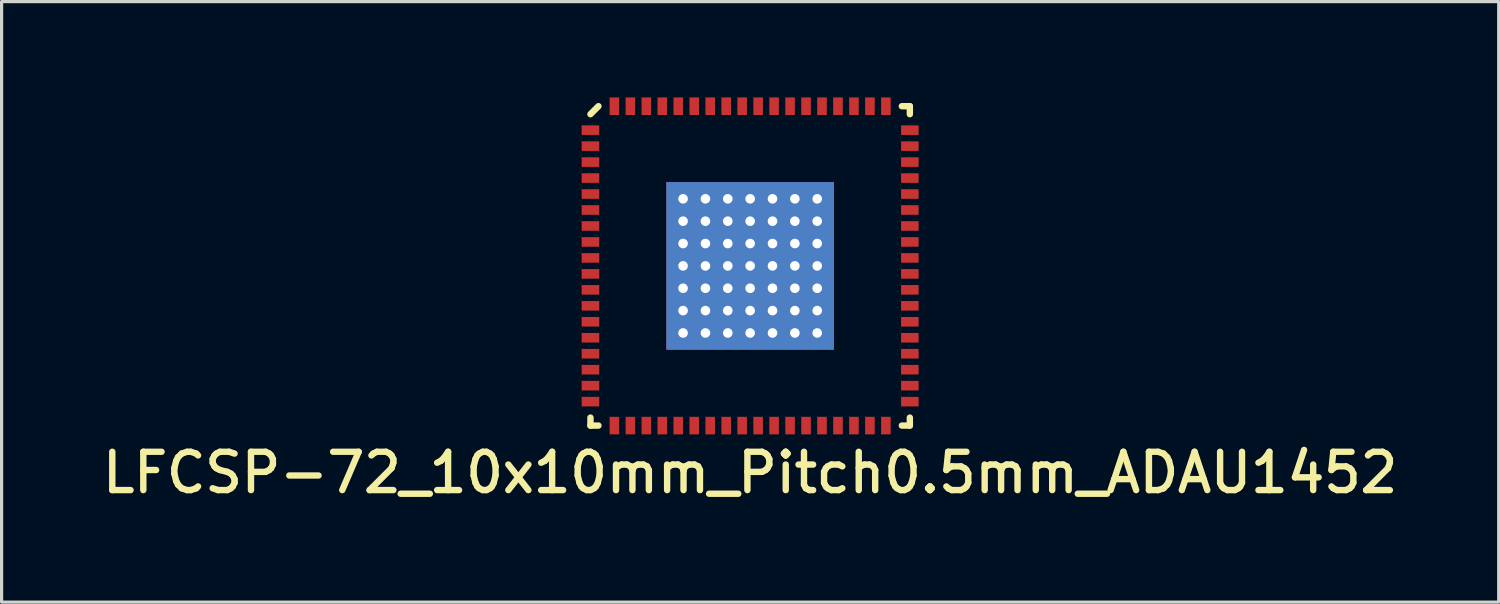
<source format=kicad_pcb>
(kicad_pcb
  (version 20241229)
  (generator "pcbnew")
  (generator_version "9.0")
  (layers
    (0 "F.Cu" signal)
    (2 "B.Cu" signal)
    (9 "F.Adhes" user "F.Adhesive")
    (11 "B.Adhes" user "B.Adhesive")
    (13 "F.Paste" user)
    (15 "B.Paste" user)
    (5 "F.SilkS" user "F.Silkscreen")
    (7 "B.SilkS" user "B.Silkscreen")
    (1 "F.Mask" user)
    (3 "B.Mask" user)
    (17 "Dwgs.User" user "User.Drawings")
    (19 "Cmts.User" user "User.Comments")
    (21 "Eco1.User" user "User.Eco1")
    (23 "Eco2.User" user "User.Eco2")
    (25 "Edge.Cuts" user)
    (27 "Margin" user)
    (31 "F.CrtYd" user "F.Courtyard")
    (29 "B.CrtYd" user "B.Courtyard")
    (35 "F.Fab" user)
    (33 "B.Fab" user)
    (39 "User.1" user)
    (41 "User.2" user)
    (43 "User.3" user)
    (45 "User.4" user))
  (footprint "LFCSP-72_10x10mm_Pitch0.5mm_ADAU1452"
    (layer "F.Cu")
    (at 20.437 5.275)
    (property "Reference" "LFCSP-72_10x10mm_Pitch0.5mm_ADAU1452" (at 0 6.475 0) (layer "F.SilkS") (effects (font (size 1.2 1.2) (thickness 0.2))))
    (attr through_hole)
    (fp_line (start -5 -4.75) (end -4.75 -5) (stroke (width 0.2) (type solid)) (layer "F.SilkS"))
    (fp_line (start -5 5) (end -5 4.75) (stroke (width 0.2) (type solid)) (layer "F.SilkS"))
    (fp_line (start -4.75 5) (end -5 5) (stroke (width 0.2) (type solid)) (layer "F.SilkS"))
    (fp_line (start 4.75 -5) (end 5 -5) (stroke (width 0.2) (type solid)) (layer "F.SilkS"))
    (fp_line (start 4.75 5) (end 5 5) (stroke (width 0.2) (type solid)) (layer "F.SilkS"))
    (fp_line (start 5 -5) (end 5 -4.75) (stroke (width 0.2) (type solid)) (layer "F.SilkS"))
    (fp_line (start 5 5) (end 5 4.75) (stroke (width 0.2) (type solid)) (layer "F.SilkS"))
    (pad "1" smd rect (at -5 -4.25) (size 0.55 0.3) (layers "F.Cu" "F.Mask" "F.Paste"))
    (pad "2" smd rect (at -5 -3.75) (size 0.55 0.3) (layers "F.Cu" "F.Mask" "F.Paste"))
    (pad "3" smd rect (at -5 -3.25) (size 0.55 0.3) (layers "F.Cu" "F.Mask" "F.Paste"))
    (pad "4" smd rect (at -5 -2.75) (size 0.55 0.3) (layers "F.Cu" "F.Mask" "F.Paste"))
    (pad "5" smd rect (at -5 -2.25) (size 0.55 0.3) (layers "F.Cu" "F.Mask" "F.Paste"))
    (pad "6" smd rect (at -5 -1.75) (size 0.55 0.3) (layers "F.Cu" "F.Mask" "F.Paste"))
    (pad "7" smd rect (at -5 -1.25) (size 0.55 0.3) (layers "F.Cu" "F.Mask" "F.Paste"))
    (pad "8" smd rect (at -5 -0.75) (size 0.55 0.3) (layers "F.Cu" "F.Mask" "F.Paste"))
    (pad "9" smd rect (at -5 -0.25) (size 0.55 0.3) (layers "F.Cu" "F.Mask" "F.Paste"))
    (pad "10" smd rect (at -5 0.25) (size 0.55 0.3) (layers "F.Cu" "F.Mask" "F.Paste"))
    (pad "11" smd rect (at -5 0.75) (size 0.55 0.3) (layers "F.Cu" "F.Mask" "F.Paste"))
    (pad "12" smd rect (at -5 1.25) (size 0.55 0.3) (layers "F.Cu" "F.Mask" "F.Paste"))
    (pad "13" smd rect (at -5 1.75) (size 0.55 0.3) (layers "F.Cu" "F.Mask" "F.Paste"))
    (pad "14" smd rect (at -5 2.25) (size 0.55 0.3) (layers "F.Cu" "F.Mask" "F.Paste"))
    (pad "15" smd rect (at -5 2.75) (size 0.55 0.3) (layers "F.Cu" "F.Mask" "F.Paste"))
    (pad "16" smd rect (at -5 3.25) (size 0.55 0.3) (layers "F.Cu" "F.Mask" "F.Paste"))
    (pad "17" smd rect (at -5 3.75) (size 0.55 0.3) (layers "F.Cu" "F.Mask" "F.Paste"))
    (pad "18" smd rect (at -5 4.25) (size 0.55 0.3) (layers "F.Cu" "F.Mask" "F.Paste"))
    (pad "19" smd rect (at -4.25 5) (size 0.3 0.55) (layers "F.Cu" "F.Mask" "F.Paste"))
    (pad "20" smd rect (at -3.75 5) (size 0.3 0.55) (layers "F.Cu" "F.Mask" "F.Paste"))
    (pad "21" smd rect (at -3.25 5) (size 0.3 0.55) (layers "F.Cu" "F.Mask" "F.Paste"))
    (pad "22" smd rect (at -2.75 5) (size 0.3 0.55) (layers "F.Cu" "F.Mask" "F.Paste"))
    (pad "23" smd rect (at -2.25 5) (size 0.3 0.55) (layers "F.Cu" "F.Mask" "F.Paste"))
    (pad "24" smd rect (at -1.75 5) (size 0.3 0.55) (layers "F.Cu" "F.Mask" "F.Paste"))
    (pad "25" smd rect (at -1.25 5) (size 0.3 0.55) (layers "F.Cu" "F.Mask" "F.Paste"))
    (pad "26" smd rect (at -0.75 5) (size 0.3 0.55) (layers "F.Cu" "F.Mask" "F.Paste"))
    (pad "27" smd rect (at -0.25 5) (size 0.3 0.55) (layers "F.Cu" "F.Mask" "F.Paste"))
    (pad "28" smd rect (at 0.25 5) (size 0.3 0.55) (layers "F.Cu" "F.Mask" "F.Paste"))
    (pad "29" smd rect (at 0.75 5) (size 0.3 0.55) (layers "F.Cu" "F.Mask" "F.Paste"))
    (pad "30" smd rect (at 1.25 5) (size 0.3 0.55) (layers "F.Cu" "F.Mask" "F.Paste"))
    (pad "31" smd rect (at 1.75 5) (size 0.3 0.55) (layers "F.Cu" "F.Mask" "F.Paste"))
    (pad "32" smd rect (at 2.25 5) (size 0.3 0.55) (layers "F.Cu" "F.Mask" "F.Paste"))
    (pad "33" smd rect (at 2.75 5) (size 0.3 0.55) (layers "F.Cu" "F.Mask" "F.Paste"))
    (pad "34" smd rect (at 3.25 5) (size 0.3 0.55) (layers "F.Cu" "F.Mask" "F.Paste"))
    (pad "35" smd rect (at 3.75 5) (size 0.3 0.55) (layers "F.Cu" "F.Mask" "F.Paste"))
    (pad "36" smd rect (at 4.25 5) (size 0.3 0.55) (layers "F.Cu" "F.Mask" "F.Paste"))
    (pad "37" smd rect (at 5 4.25) (size 0.55 0.3) (layers "F.Cu" "F.Mask" "F.Paste"))
    (pad "38" smd rect (at 5 3.75) (size 0.55 0.3) (layers "F.Cu" "F.Mask" "F.Paste"))
    (pad "39" smd rect (at 5 3.25) (size 0.55 0.3) (layers "F.Cu" "F.Mask" "F.Paste"))
    (pad "40" smd rect (at 5 2.75) (size 0.55 0.3) (layers "F.Cu" "F.Mask" "F.Paste"))
    (pad "41" smd rect (at 5 2.25) (size 0.55 0.3) (layers "F.Cu" "F.Mask" "F.Paste"))
    (pad "42" smd rect (at 5 1.75) (size 0.55 0.3) (layers "F.Cu" "F.Mask" "F.Paste"))
    (pad "43" smd rect (at 5 1.25) (size 0.55 0.3) (layers "F.Cu" "F.Mask" "F.Paste"))
    (pad "44" smd rect (at 5 0.75) (size 0.55 0.3) (layers "F.Cu" "F.Mask" "F.Paste"))
    (pad "45" smd rect (at 5 0.25) (size 0.55 0.3) (layers "F.Cu" "F.Mask" "F.Paste"))
    (pad "46" smd rect (at 5 -0.25) (size 0.55 0.3) (layers "F.Cu" "F.Mask" "F.Paste"))
    (pad "47" smd rect (at 5 -0.75) (size 0.55 0.3) (layers "F.Cu" "F.Mask" "F.Paste"))
    (pad "48" smd rect (at 5 -1.25) (size 0.55 0.3) (layers "F.Cu" "F.Mask" "F.Paste"))
    (pad "49" smd rect (at 5 -1.75) (size 0.55 0.3) (layers "F.Cu" "F.Mask" "F.Paste"))
    (pad "50" smd rect (at 5 -2.25) (size 0.55 0.3) (layers "F.Cu" "F.Mask" "F.Paste"))
    (pad "51" smd rect (at 5 -2.75) (size 0.55 0.3) (layers "F.Cu" "F.Mask" "F.Paste"))
    (pad "52" smd rect (at 5 -3.25) (size 0.55 0.3) (layers "F.Cu" "F.Mask" "F.Paste"))
    (pad "53" smd rect (at 5 -3.75) (size 0.55 0.3) (layers "F.Cu" "F.Mask" "F.Paste"))
    (pad "54" smd rect (at 5 -4.25) (size 0.55 0.3) (layers "F.Cu" "F.Mask" "F.Paste"))
    (pad "55" smd rect (at 4.25 -5) (size 0.3 0.55) (layers "F.Cu" "F.Mask" "F.Paste"))
    (pad "56" smd rect (at 3.75 -5) (size 0.3 0.55) (layers "F.Cu" "F.Mask" "F.Paste"))
    (pad "57" smd rect (at 3.25 -5) (size 0.3 0.55) (layers "F.Cu" "F.Mask" "F.Paste"))
    (pad "58" smd rect (at 2.75 -5) (size 0.3 0.55) (layers "F.Cu" "F.Mask" "F.Paste"))
    (pad "59" smd rect (at 2.25 -5) (size 0.3 0.55) (layers "F.Cu" "F.Mask" "F.Paste"))
    (pad "60" smd rect (at 1.75 -5) (size 0.3 0.55) (layers "F.Cu" "F.Mask" "F.Paste"))
    (pad "61" smd rect (at 1.25 -5) (size 0.3 0.55) (layers "F.Cu" "F.Mask" "F.Paste"))
    (pad "62" smd rect (at 0.75 -5) (size 0.3 0.55) (layers "F.Cu" "F.Mask" "F.Paste"))
    (pad "63" smd rect (at 0.25 -5) (size 0.3 0.55) (layers "F.Cu" "F.Mask" "F.Paste"))
    (pad "64" smd rect (at -0.25 -5) (size 0.3 0.55) (layers "F.Cu" "F.Mask" "F.Paste"))
    (pad "65" smd rect (at -0.75 -5) (size 0.3 0.55) (layers "F.Cu" "F.Mask" "F.Paste"))
    (pad "66" smd rect (at -1.25 -5) (size 0.3 0.55) (layers "F.Cu" "F.Mask" "F.Paste"))
    (pad "67" smd rect (at -1.75 -5) (size 0.3 0.55) (layers "F.Cu" "F.Mask" "F.Paste"))
    (pad "68" smd rect (at -2.25 -5) (size 0.3 0.55) (layers "F.Cu" "F.Mask" "F.Paste"))
    (pad "69" smd rect (at -2.75 -5) (size 0.3 0.55) (layers "F.Cu" "F.Mask" "F.Paste"))
    (pad "70" smd rect (at -3.25 -5) (size 0.3 0.55) (layers "F.Cu" "F.Mask" "F.Paste"))
    (pad "71" smd rect (at -3.75 -5) (size 0.3 0.55) (layers "F.Cu" "F.Mask" "F.Paste"))
    (pad "72" smd rect (at -4.25 -5) (size 0.3 0.55) (layers "F.Cu" "F.Mask" "F.Paste"))
    (pad "73" thru_hole circle (at -2.1 -2.1) (size 0.6 0.6) (drill 0.3) (layers "*.Cu" "F.Mask"))
    (pad "73" thru_hole circle (at -2.1 -1.4) (size 0.6 0.6) (drill 0.3) (layers "*.Cu" "F.Mask"))
    (pad "73" thru_hole circle (at -2.1 -0.7) (size 0.6 0.6) (drill 0.3) (layers "*.Cu" "F.Mask"))
    (pad "73" thru_hole circle (at -2.1 0) (size 0.6 0.6) (drill 0.3) (layers "*.Cu" "F.Mask"))
    (pad "73" thru_hole circle (at -2.1 0.7) (size 0.6 0.6) (drill 0.3) (layers "*.Cu" "F.Mask"))
    (pad "73" thru_hole circle (at -2.1 1.4) (size 0.6 0.6) (drill 0.3) (layers "*.Cu" "F.Mask"))
    (pad "73" thru_hole circle (at -2.1 2.1) (size 0.6 0.6) (drill 0.3) (layers "*.Cu" "F.Mask"))
    (pad "73" thru_hole circle (at -1.4 -2.1) (size 0.6 0.6) (drill 0.3) (layers "*.Cu" "F.Mask"))
    (pad "73" thru_hole circle (at -1.4 -1.4) (size 0.6 0.6) (drill 0.3) (layers "*.Cu" "F.Mask"))
    (pad "73" thru_hole circle (at -1.4 -0.7) (size 0.6 0.6) (drill 0.3) (layers "*.Cu" "F.Mask"))
    (pad "73" thru_hole circle (at -1.4 0) (size 0.6 0.6) (drill 0.3) (layers "*.Cu" "F.Mask"))
    (pad "73" thru_hole circle (at -1.4 0.7) (size 0.6 0.6) (drill 0.3) (layers "*.Cu" "F.Mask"))
    (pad "73" thru_hole circle (at -1.4 1.4) (size 0.6 0.6) (drill 0.3) (layers "*.Cu" "F.Mask"))
    (pad "73" thru_hole circle (at -1.4 2.1) (size 0.6 0.6) (drill 0.3) (layers "*.Cu" "F.Mask"))
    (pad "73" thru_hole circle (at -0.7 -2.1) (size 0.6 0.6) (drill 0.3) (layers "*.Cu" "F.Mask"))
    (pad "73" thru_hole circle (at -0.7 -1.4) (size 0.6 0.6) (drill 0.3) (layers "*.Cu" "F.Mask"))
    (pad "73" thru_hole circle (at -0.7 -0.7) (size 0.6 0.6) (drill 0.3) (layers "*.Cu" "F.Mask"))
    (pad "73" thru_hole circle (at -0.7 0) (size 0.6 0.6) (drill 0.3) (layers "*.Cu" "F.Mask"))
    (pad "73" thru_hole circle (at -0.7 0.7) (size 0.6 0.6) (drill 0.3) (layers "*.Cu" "F.Mask"))
    (pad "73" thru_hole circle (at -0.7 1.4) (size 0.6 0.6) (drill 0.3) (layers "*.Cu" "F.Mask"))
    (pad "73" thru_hole circle (at -0.7 2.1) (size 0.6 0.6) (drill 0.3) (layers "*.Cu" "F.Mask"))
    (pad "73" thru_hole circle (at 0 -2.1) (size 0.6 0.6) (drill 0.3) (layers "*.Cu" "F.Mask"))
    (pad "73" thru_hole circle (at 0 -1.4) (size 0.6 0.6) (drill 0.3) (layers "*.Cu" "F.Mask"))
    (pad "73" thru_hole circle (at 0 -0.7) (size 0.6 0.6) (drill 0.3) (layers "*.Cu" "F.Mask"))
    (pad "73" thru_hole circle (at 0 0) (size 0.6 0.6) (drill 0.3) (layers "*.Cu" "F.Mask"))
    (pad "73" smd rect (at 0 0) (size 5.25 5.25) (layers "*.Cu" "F.Mask" "F.Paste"))
    (pad "73" thru_hole circle (at 0 0.7) (size 0.6 0.6) (drill 0.3) (layers "*.Cu" "F.Mask"))
    (pad "73" thru_hole circle (at 0 1.4) (size 0.6 0.6) (drill 0.3) (layers "*.Cu" "F.Mask"))
    (pad "73" thru_hole circle (at 0 2.1) (size 0.6 0.6) (drill 0.3) (layers "*.Cu" "F.Mask"))
    (pad "73" thru_hole circle (at 0.7 -2.1) (size 0.6 0.6) (drill 0.3) (layers "*.Cu" "F.Mask"))
    (pad "73" thru_hole circle (at 0.7 -1.4) (size 0.6 0.6) (drill 0.3) (layers "*.Cu" "F.Mask"))
    (pad "73" thru_hole circle (at 0.7 -0.7) (size 0.6 0.6) (drill 0.3) (layers "*.Cu" "F.Mask"))
    (pad "73" thru_hole circle (at 0.7 0) (size 0.6 0.6) (drill 0.3) (layers "*.Cu" "F.Mask"))
    (pad "73" thru_hole circle (at 0.7 0.7) (size 0.6 0.6) (drill 0.3) (layers "*.Cu" "F.Mask"))
    (pad "73" thru_hole circle (at 0.7 1.4) (size 0.6 0.6) (drill 0.3) (layers "*.Cu" "F.Mask"))
    (pad "73" thru_hole circle (at 0.7 2.1) (size 0.6 0.6) (drill 0.3) (layers "*.Cu" "F.Mask"))
    (pad "73" thru_hole circle (at 1.4 -2.1) (size 0.6 0.6) (drill 0.3) (layers "*.Cu" "F.Mask"))
    (pad "73" thru_hole circle (at 1.4 -1.4) (size 0.6 0.6) (drill 0.3) (layers "*.Cu" "F.Mask"))
    (pad "73" thru_hole circle (at 1.4 -0.7) (size 0.6 0.6) (drill 0.3) (layers "*.Cu" "F.Mask"))
    (pad "73" thru_hole circle (at 1.4 0) (size 0.6 0.6) (drill 0.3) (layers "*.Cu" "F.Mask"))
    (pad "73" thru_hole circle (at 1.4 0.7) (size 0.6 0.6) (drill 0.3) (layers "*.Cu" "F.Mask"))
    (pad "73" thru_hole circle (at 1.4 1.4) (size 0.6 0.6) (drill 0.3) (layers "*.Cu" "F.Mask"))
    (pad "73" thru_hole circle (at 1.4 2.1) (size 0.6 0.6) (drill 0.3) (layers "*.Cu" "F.Mask"))
    (pad "73" thru_hole circle (at 2.1 -2.1) (size 0.6 0.6) (drill 0.3) (layers "*.Cu" "F.Mask"))
    (pad "73" thru_hole circle (at 2.1 -1.4) (size 0.6 0.6) (drill 0.3) (layers "*.Cu" "F.Mask"))
    (pad "73" thru_hole circle (at 2.1 -0.7) (size 0.6 0.6) (drill 0.3) (layers "*.Cu" "F.Mask"))
    (pad "73" thru_hole circle (at 2.1 0) (size 0.6 0.6) (drill 0.3) (layers "*.Cu" "F.Mask"))
    (pad "73" thru_hole circle (at 2.1 0.7) (size 0.6 0.6) (drill 0.3) (layers "*.Cu" "F.Mask"))
    (pad "73" thru_hole circle (at 2.1 1.4) (size 0.6 0.6) (drill 0.3) (layers "*.Cu" "F.Mask"))
    (pad "73" thru_hole circle (at 2.1 2.1) (size 0.6 0.6) (drill 0.3) (layers "*.Cu" "F.Mask")))
  (gr_rect
    (start -3 -3)
    (end 43.874 15.803)
    (stroke (width 0.1) (type default))
    (fill no)
    (layer "Edge.Cuts")))
</source>
